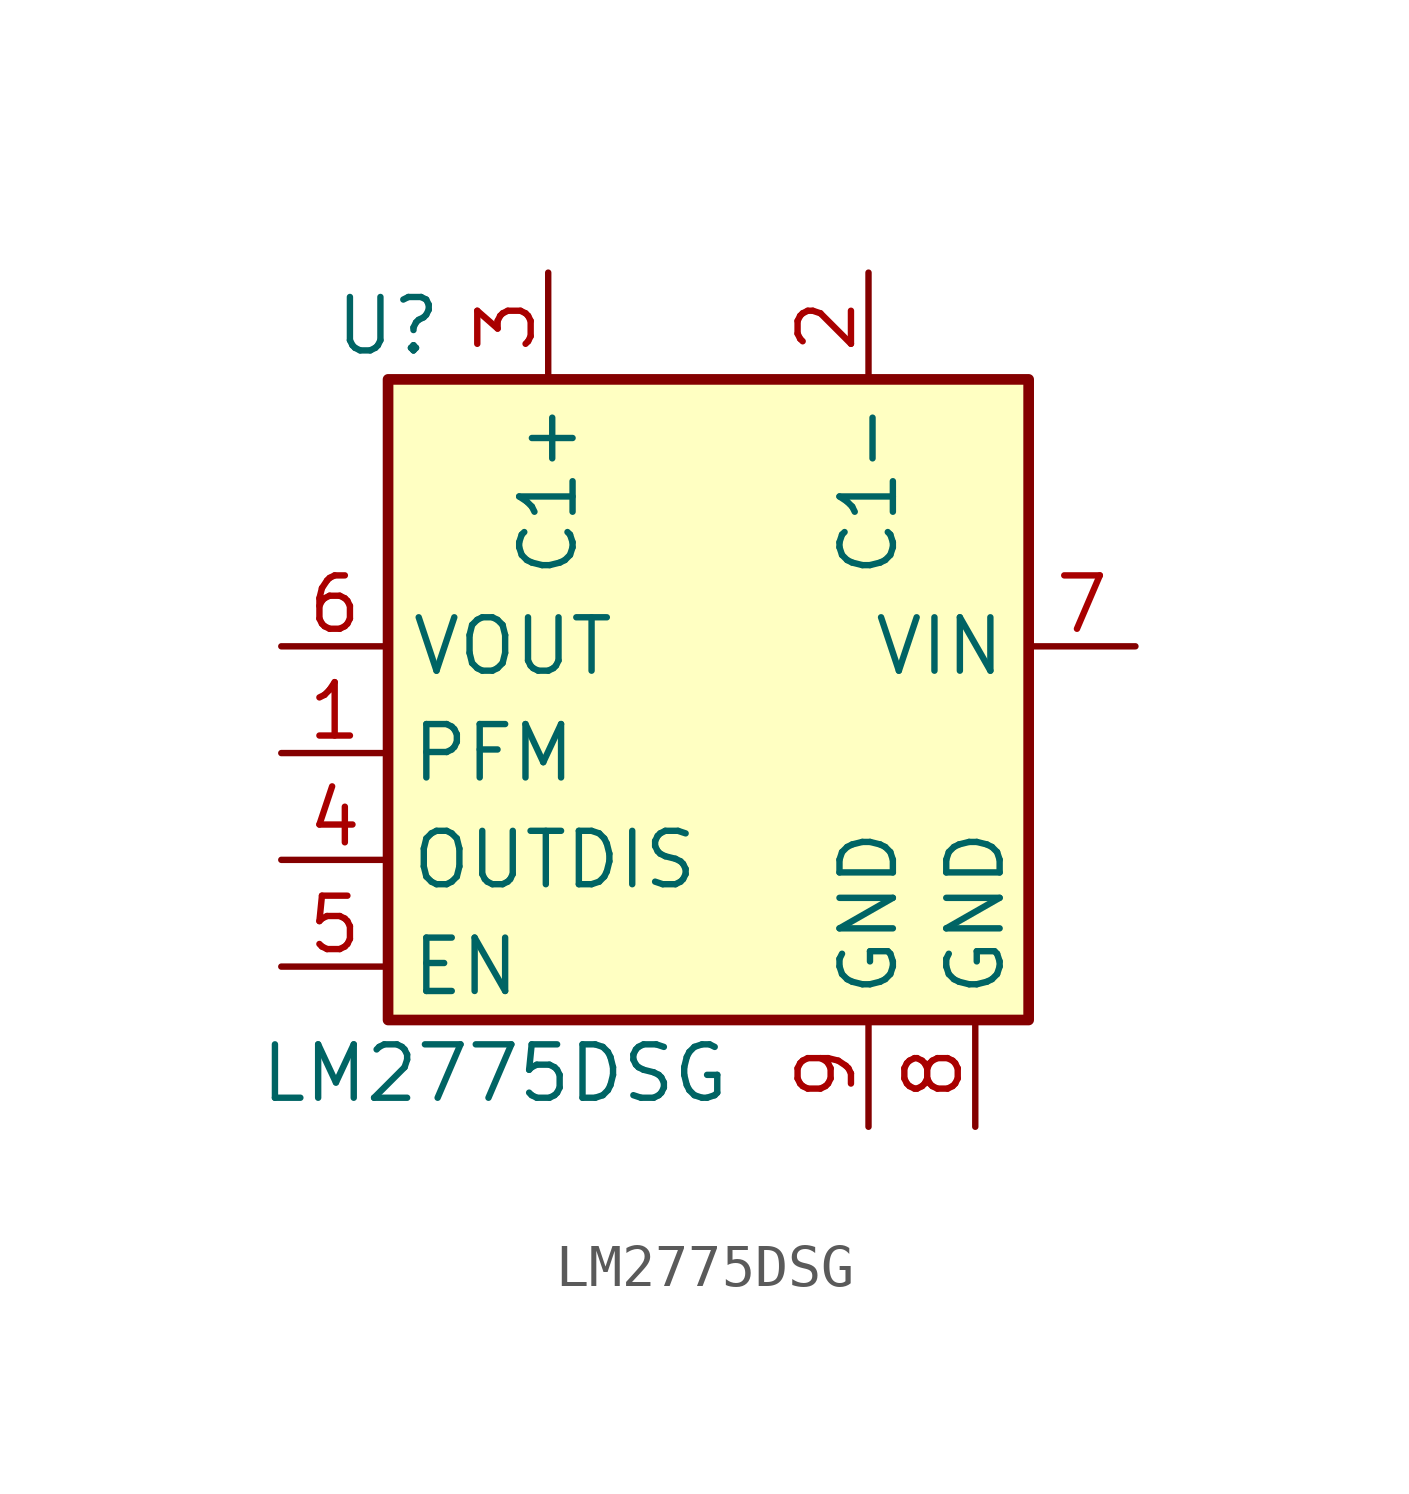
<source format=kicad_sym>
(kicad_symbol_lib
  (version 20220914)
  (generator kicad_symbol_editor)
  (symbol "LM2775DSG"
    (property "Reference" "U"
      (at -7.62 8.89 0)
      (effects (font (size 1.27 1.27))))
    (property "Value" "LM2775DSG"
      (at -5.08 -8.89 0)
      (effects (font (size 1.27 1.27))))
    (symbol "LM2775DSG_0_1"
      (rectangle (start -7.62 7.62) (end 7.62 -7.62) (stroke (width 0.254) (type default)) (fill (type background))))
    (symbol "LM2775DSG_1_1"
      (pin input line (at -10.16 -1.27 0) (length 2.54) (name "PFM" (effects (font (size 1.27 1.27)))) (number "1" (effects (font (size 1.27 1.27)))))
      (pin passive line (at 3.81 10.16 270) (length 2.54) (name "C1-" (effects (font (size 1.27 1.27)))) (number "2" (effects (font (size 1.27 1.27)))))
      (pin passive line (at -3.81 10.16 270) (length 2.54) (name "C1+" (effects (font (size 1.27 1.27)))) (number "3" (effects (font (size 1.27 1.27)))))
      (pin input line (at -10.16 -3.81 0) (length 2.54) (name "OUTDIS" (effects (font (size 1.27 1.27)))) (number "4" (effects (font (size 1.27 1.27)))))
      (pin input line (at -10.16 -6.35 0) (length 2.54) (name "EN" (effects (font (size 1.27 1.27)))) (number "5" (effects (font (size 1.27 1.27)))))
      (pin power_out line (at -10.16 1.27 0) (length 2.54) (name "VOUT" (effects (font (size 1.27 1.27)))) (number "6" (effects (font (size 1.27 1.27)))))
      (pin power_in line (at 10.16 1.27 180) (length 2.54) (name "VIN" (effects (font (size 1.27 1.27)))) (number "7" (effects (font (size 1.27 1.27)))))
      (pin power_in line (at 6.35 -10.16 90) (length 2.54) (name "GND" (effects (font (size 1.27 1.27)))) (number "8" (effects (font (size 1.27 1.27)))))
      (pin passive line (at 3.81 -10.16 90) (length 2.54) (name "GND" (effects (font (size 1.27 1.27)))) (number "9" (effects (font (size 1.27 1.27))))))))
</source>
